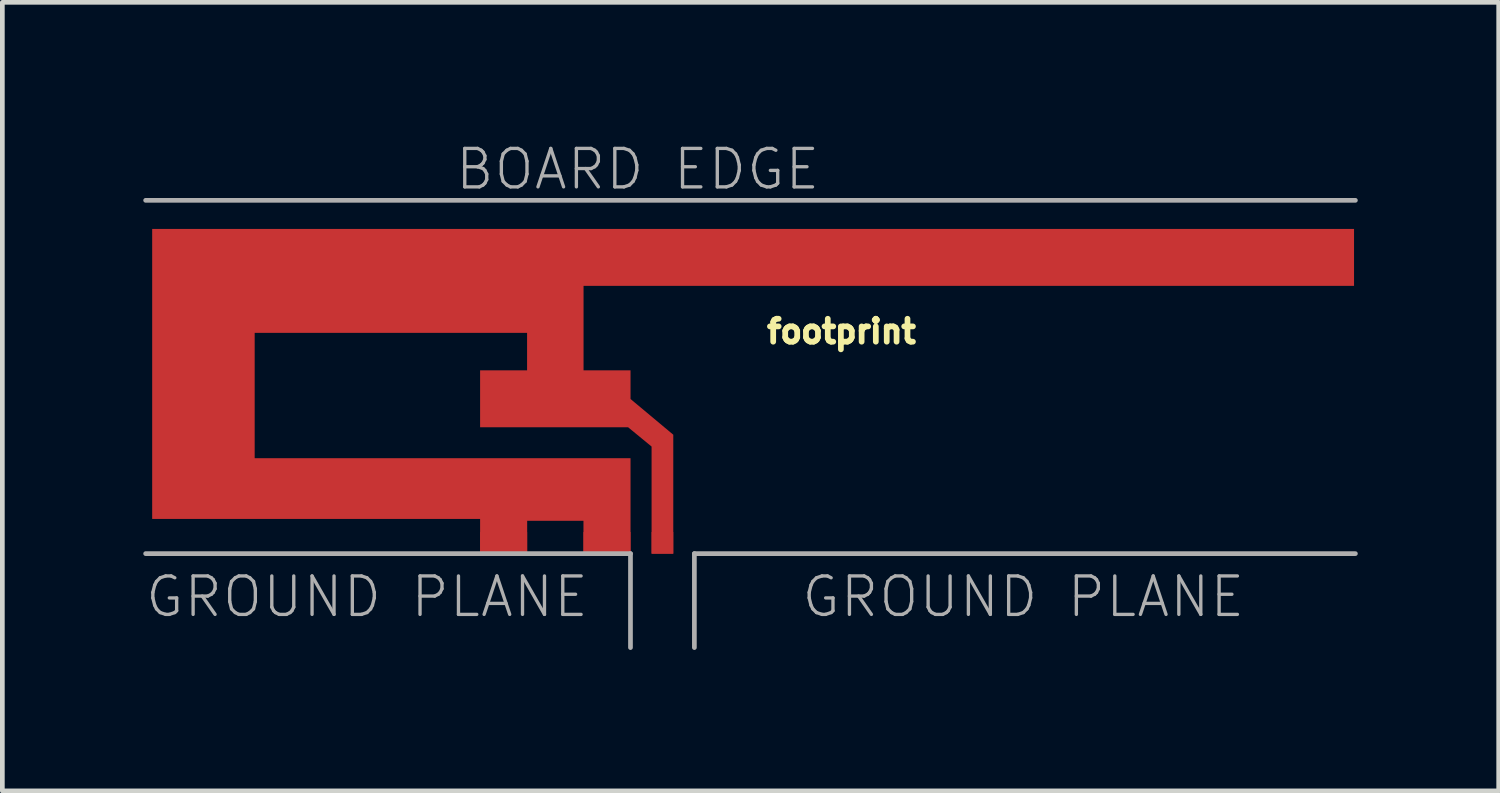
<source format=kicad_pcb>
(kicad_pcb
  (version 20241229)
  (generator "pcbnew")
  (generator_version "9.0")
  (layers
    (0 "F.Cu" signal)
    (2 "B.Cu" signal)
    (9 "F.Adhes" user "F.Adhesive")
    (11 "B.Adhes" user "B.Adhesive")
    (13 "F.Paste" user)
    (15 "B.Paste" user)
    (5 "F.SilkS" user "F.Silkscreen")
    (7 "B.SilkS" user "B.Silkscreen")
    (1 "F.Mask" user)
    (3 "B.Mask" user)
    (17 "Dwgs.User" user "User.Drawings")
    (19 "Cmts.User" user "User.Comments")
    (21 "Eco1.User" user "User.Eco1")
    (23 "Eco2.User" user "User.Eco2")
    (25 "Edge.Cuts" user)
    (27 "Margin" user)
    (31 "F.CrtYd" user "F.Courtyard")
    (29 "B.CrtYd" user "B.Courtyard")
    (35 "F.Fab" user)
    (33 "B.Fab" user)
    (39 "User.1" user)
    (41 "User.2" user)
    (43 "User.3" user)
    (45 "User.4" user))
  (footprint "footprint"
    (layer "F.Cu")
    (at 11.05 8.734)
    (property "Reference" "footprint" (at 3.81 -4.445 0) (layer "F.SilkS") (effects (font (size 0.488 0.488) (thickness 0.122)) (justify bottom)))
    (fp_poly (pts (xy 14.721 -5.699) (xy -1.679 -5.699) (xy -1.679 -3.901) (xy -0.679 -3.901) (xy -0.679 -3.291) (xy 0.231 -2.531) (xy 0.231 0.001) (xy -0.231 0.001) (xy -0.231 -2.279) (xy -0.73 -2.689) (xy -3.881 -2.689) (xy -3.881 -3.901) (xy -2.881 -3.901) (xy -2.881 -4.699) (xy -8.679 -4.699) (xy -8.679 -2.031) (xy -0.679 -2.031) (xy -0.679 0.001) (xy -1.681 0.001) (xy -1.681 -0.699) (xy -2.879 -0.699) (xy -2.879 0.001) (xy -3.881 0.001) (xy -3.881 -0.739) (xy -10.861 -0.739) (xy -10.861 -6.911) (xy 14.721 -6.911)) (stroke (width 0) (type solid)) (fill yes) (layer "F.Cu"))
    (fp_line (start -11 -7.52) (end 14.75 -7.52) (stroke (width 0.1) (type solid)) (layer "F.Fab"))
    (fp_line (start -0.68 0) (end -11 0) (stroke (width 0.1) (type solid)) (layer "F.Fab"))
    (fp_line (start -0.68 2) (end -0.68 0) (stroke (width 0.1) (type solid)) (layer "F.Fab"))
    (fp_line (start 0.68 0) (end 0.68 2) (stroke (width 0.1) (type solid)) (layer "F.Fab"))
    (fp_line (start 0.68 0) (end 14.75 0) (stroke (width 0.1) (type solid)) (layer "F.Fab"))
    (fp_text user "GROUND PLANE" (at -11.049 1.397 0) (layer "F.Fab") (effects (font (size 0.818 0.818) (thickness 0.071)) (justify left bottom)))
    (fp_text user "GROUND PLANE" (at 2.921 1.397 0) (layer "F.Fab") (effects (font (size 0.818 0.818) (thickness 0.071)) (justify left bottom)))
    (fp_text user "BOARD EDGE" (at -4.449 -7.703 0) (layer "F.Fab") (effects (font (size 0.818 0.818) (thickness 0.071)) (justify left bottom)))
    (pad "ANT" smd rect (at 0 -0.23) (size 0.46 0.46) (layers "F.Cu"))
    (pad "GND" smd rect (at -1.18 -0.23) (size 1 0.46) (layers "F.Cu"))
    (pad "GND2" smd rect (at -3.38 -0.23) (size 1 0.46) (layers "F.Cu")))
  (gr_rect
    (start -3 -3)
    (end 28.85 13.784)
    (stroke (width 0.1) (type default))
    (fill no)
    (layer "Edge.Cuts")))
</source>
